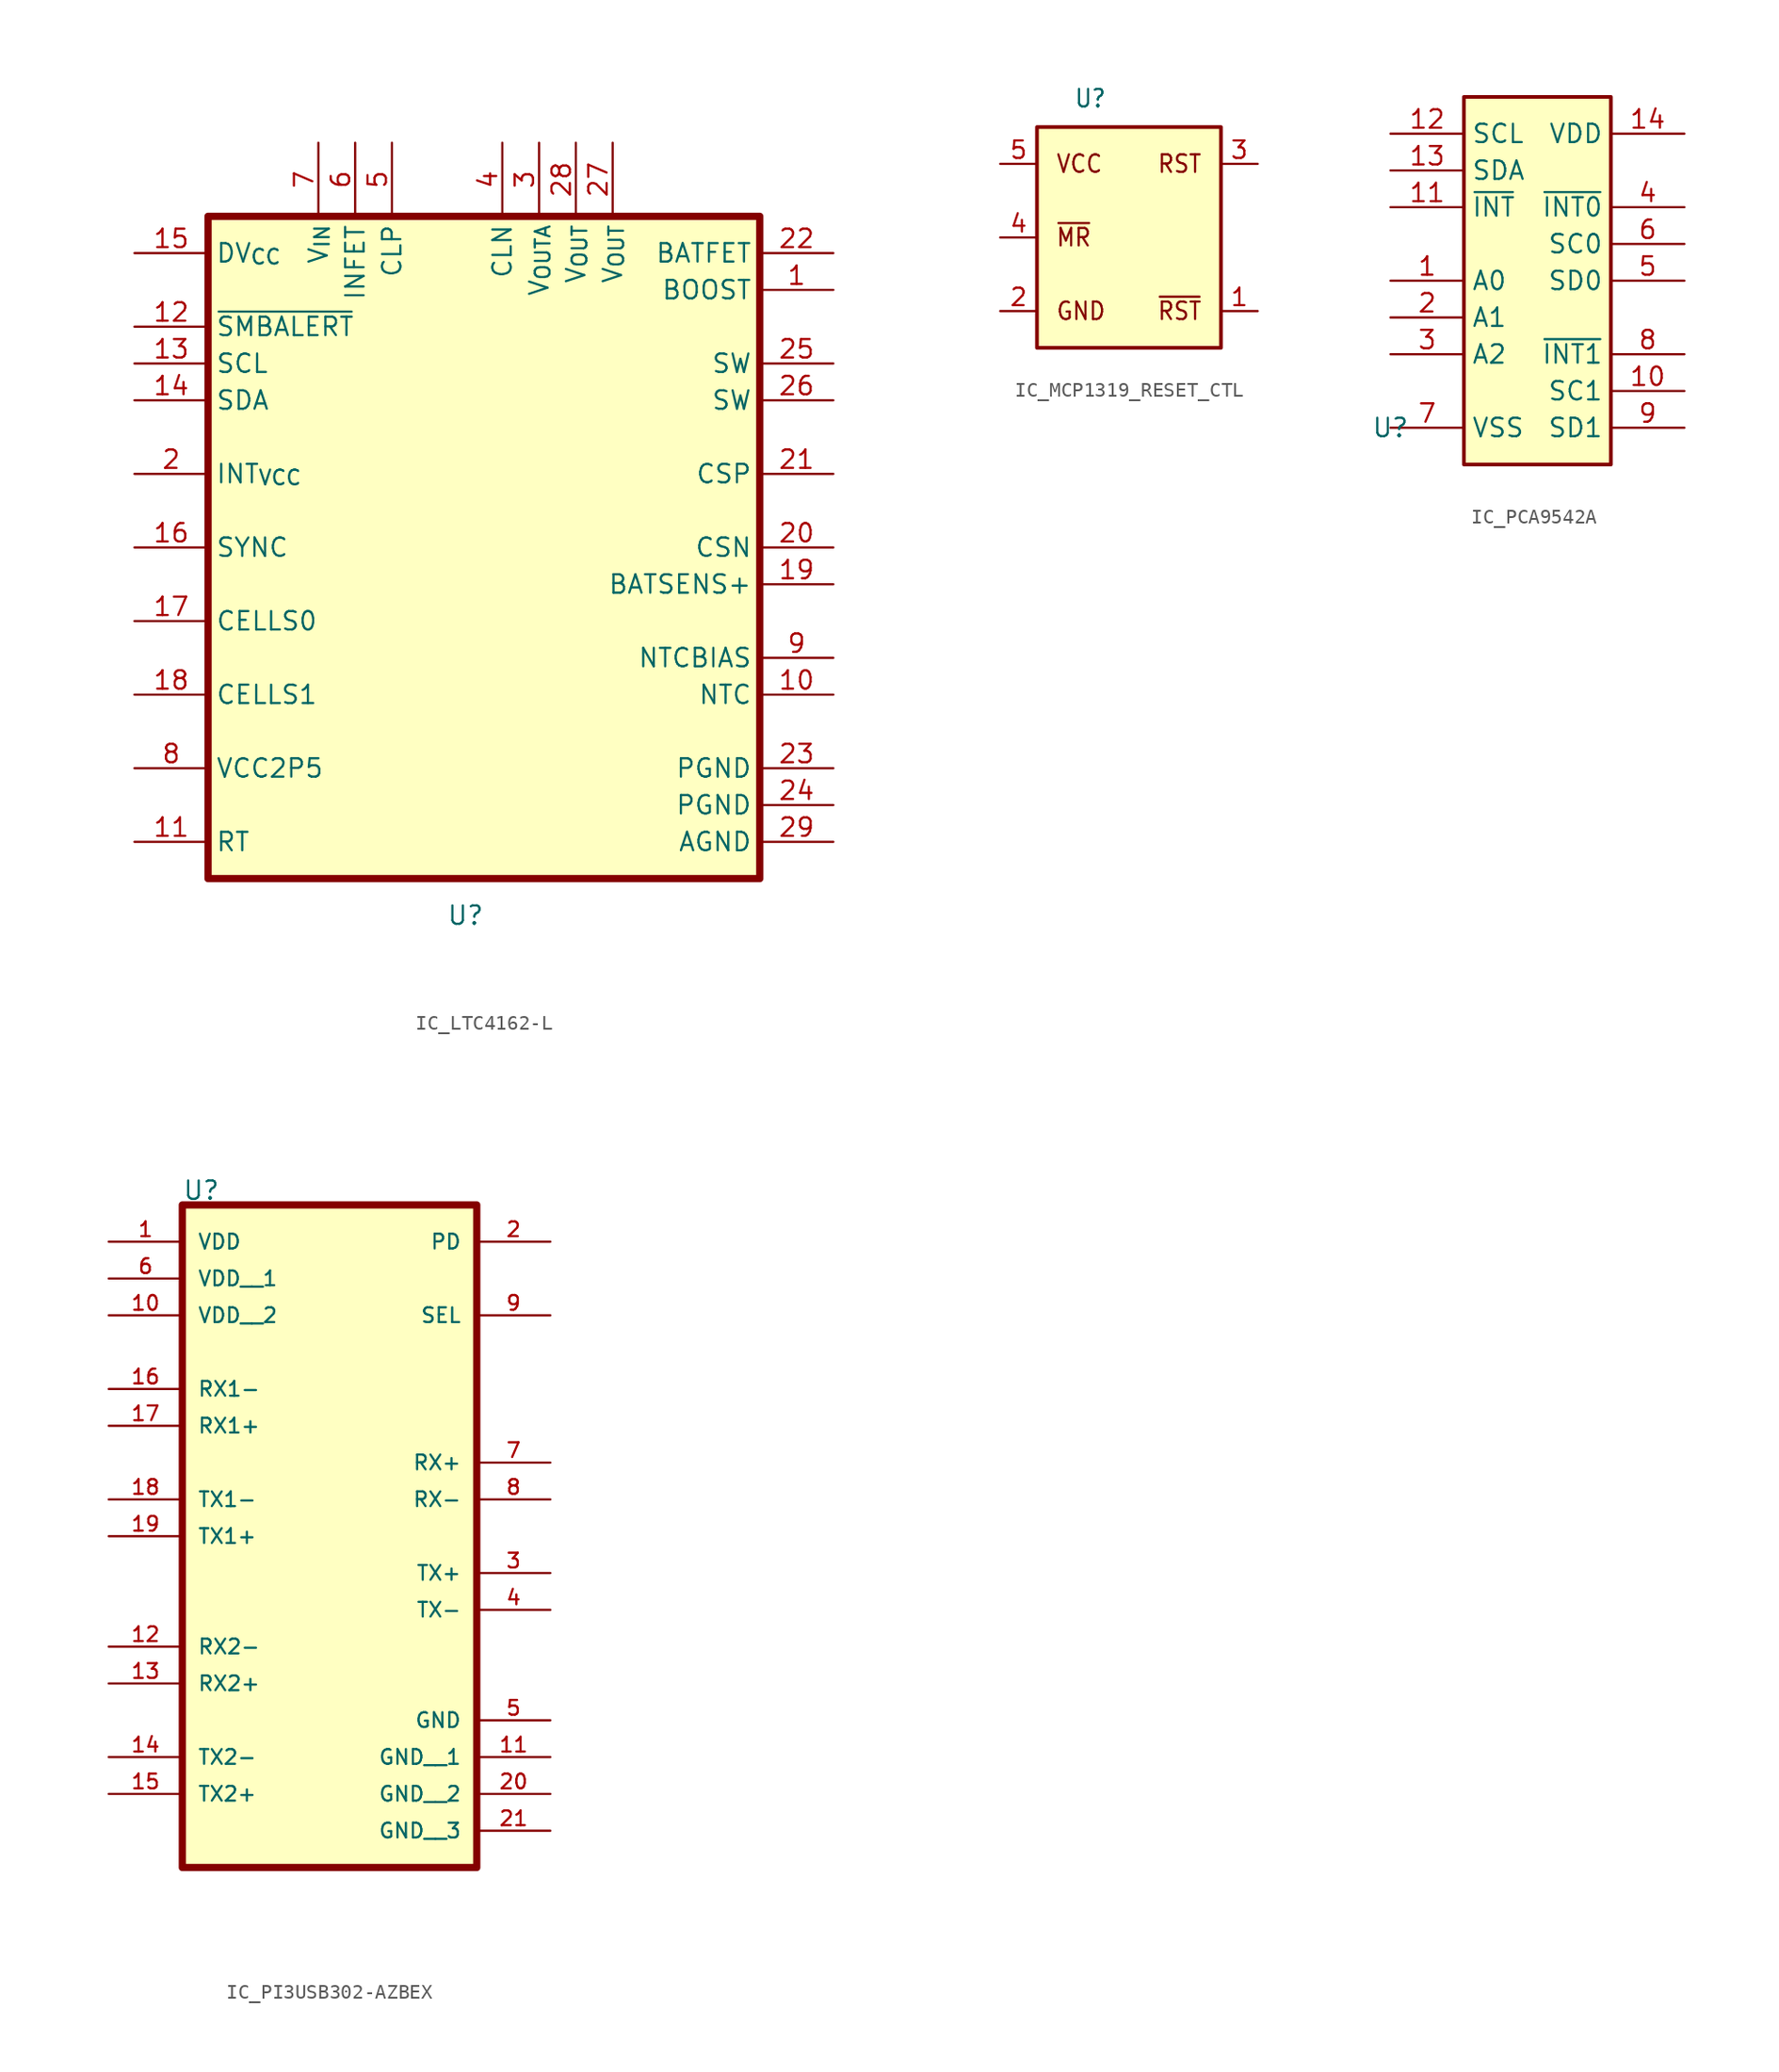
<source format=kicad_sym>
(kicad_symbol_lib
  (version 20241209)
  (generator "kicad_symbol_editor")
  (generator_version "9.0")
  (symbol "IC_LTC4162-L"
    (property "Reference" "U"
      (at 22.86 -5.08 0)
      (effects (font (size 1.27 1.27))))
    (property "Value" ""
      (at 22.86 -5.08 0)
      (effects (font (size 1.27 1.27))))
    (symbol "IC_LTC4162-L_1_1"
      (rectangle (start 5.08 43.18) (end 43.18 -2.54) (stroke (width 0.5) (type default)) (fill (type background)))
      (pin passive line (at 0 40.64 0) (length 5.08) (name "DV_{CC}" (effects (font (size 1.27 1.27)))) (number "15" (effects (font (size 1.27 1.27)))))
      (pin passive line (at 0 35.56 0) (length 5.08) (name "~{SMBALERT}" (effects (font (size 1.27 1.27)))) (number "12" (effects (font (size 1.27 1.27)))))
      (pin passive line (at 0 33.02 0) (length 5.08) (name "SCL" (effects (font (size 1.27 1.27)))) (number "13" (effects (font (size 1.27 1.27)))))
      (pin passive line (at 0 30.48 0) (length 5.08) (name "SDA" (effects (font (size 1.27 1.27)))) (number "14" (effects (font (size 1.27 1.27)))))
      (pin passive line (at 0 25.4 0) (length 5.08) (name "INT_{VCC}" (effects (font (size 1.27 1.27)))) (number "2" (effects (font (size 1.27 1.27)))))
      (pin passive line (at 0 20.32 0) (length 5.08) (name "SYNC" (effects (font (size 1.27 1.27)))) (number "16" (effects (font (size 1.27 1.27)))))
      (pin passive line (at 0 15.24 0) (length 5.08) (name "CELLS0" (effects (font (size 1.27 1.27)))) (number "17" (effects (font (size 1.27 1.27)))))
      (pin passive line (at 0 10.16 0) (length 5.08) (name "CELLS1" (effects (font (size 1.27 1.27)))) (number "18" (effects (font (size 1.27 1.27)))))
      (pin passive line (at 0 5.08 0) (length 5.08) (name "VCC2P5" (effects (font (size 1.27 1.27)))) (number "8" (effects (font (size 1.27 1.27)))))
      (pin passive line (at 0 0 0) (length 5.08) (name "RT" (effects (font (size 1.27 1.27)))) (number "11" (effects (font (size 1.27 1.27)))))
      (pin passive line (at 12.7 48.26 270) (length 5.08) (name "V_{IN}" (effects (font (size 1.27 1.27)))) (number "7" (effects (font (size 1.27 1.27)))))
      (pin passive line (at 15.24 48.26 270) (length 5.08) (name "INFET" (effects (font (size 1.27 1.27)))) (number "6" (effects (font (size 1.27 1.27)))))
      (pin passive line (at 17.78 48.26 270) (length 5.08) (name "CLP" (effects (font (size 1.27 1.27)))) (number "5" (effects (font (size 1.27 1.27)))))
      (pin passive line (at 25.4 48.26 270) (length 5.08) (name "CLN" (effects (font (size 1.27 1.27)))) (number "4" (effects (font (size 1.27 1.27)))))
      (pin passive line (at 27.94 48.26 270) (length 5.08) (name "V_{OUTA}" (effects (font (size 1.27 1.27)))) (number "3" (effects (font (size 1.27 1.27)))))
      (pin passive line (at 30.48 48.26 270) (length 5.08) (name "V_{OUT}" (effects (font (size 1.27 1.27)))) (number "28" (effects (font (size 1.27 1.27)))))
      (pin passive line (at 33.02 48.26 270) (length 5.08) (name "V_{OUT}" (effects (font (size 1.27 1.27)))) (number "27" (effects (font (size 1.27 1.27)))))
      (pin passive line (at 48.26 40.64 180) (length 5.08) (name "BATFET" (effects (font (size 1.27 1.27)))) (number "22" (effects (font (size 1.27 1.27)))))
      (pin passive line (at 48.26 38.1 180) (length 5.08) (name "BOOST" (effects (font (size 1.27 1.27)))) (number "1" (effects (font (size 1.27 1.27)))))
      (pin passive line (at 48.26 33.02 180) (length 5.08) (name "SW" (effects (font (size 1.27 1.27)))) (number "25" (effects (font (size 1.27 1.27)))))
      (pin passive line (at 48.26 30.48 180) (length 5.08) (name "SW" (effects (font (size 1.27 1.27)))) (number "26" (effects (font (size 1.27 1.27)))))
      (pin passive line (at 48.26 25.4 180) (length 5.08) (name "CSP" (effects (font (size 1.27 1.27)))) (number "21" (effects (font (size 1.27 1.27)))))
      (pin passive line (at 48.26 20.32 180) (length 5.08) (name "CSN" (effects (font (size 1.27 1.27)))) (number "20" (effects (font (size 1.27 1.27)))))
      (pin passive line (at 48.26 17.78 180) (length 5.08) (name "BATSENS+" (effects (font (size 1.27 1.27)))) (number "19" (effects (font (size 1.27 1.27)))))
      (pin passive line (at 48.26 12.7 180) (length 5.08) (name "NTCBIAS" (effects (font (size 1.27 1.27)))) (number "9" (effects (font (size 1.27 1.27)))))
      (pin passive line (at 48.26 10.16 180) (length 5.08) (name "NTC" (effects (font (size 1.27 1.27)))) (number "10" (effects (font (size 1.27 1.27)))))
      (pin passive line (at 48.26 5.08 180) (length 5.08) (name "PGND" (effects (font (size 1.27 1.27)))) (number "23" (effects (font (size 1.27 1.27)))))
      (pin passive line (at 48.26 2.54 180) (length 5.08) (name "PGND" (effects (font (size 1.27 1.27)))) (number "24" (effects (font (size 1.27 1.27)))))
      (pin passive line (at 48.26 0 180) (length 5.08) (name "AGND" (effects (font (size 1.27 1.27)))) (number "29" (effects (font (size 1.27 1.27)))))))
  (symbol "IC_MCP1319_RESET_CTL"
    (property "Reference" "U"
      (at 5.08 13.97 0)
      (effects (font (size 1.206 1.092) (thickness 0.152)) (justify left bottom)))
    (property "Value" ""
      (at 0 0 0)
      (effects (font (size 1.092 1.092) (thickness 0.152)) (justify left bottom)))
    (symbol "IC_MCP1319_RESET_CTL_1_0"
      (polyline (pts (xy 2.54 -2.54) (xy 15.24 -2.54) (xy 15.24 12.7) (xy 2.54 12.7) (xy 2.54 -2.54)) (stroke (width 0.254) (type solid)) (fill (type background)))
      (text "VCC" (at 3.81 10.16 0) (effects (font (size 1.206 1.092) (thickness 0.152)) (justify left)))
      (text "~{MR}" (at 3.81 5.08 0) (effects (font (size 1.206 1.092) (thickness 0.152)) (justify left)))
      (text "GND" (at 3.81 0 0) (effects (font (size 1.206 1.092) (thickness 0.152)) (justify left)))
      (text "RST" (at 13.97 10.16 0) (effects (font (size 1.206 1.092) (thickness 0.152)) (justify right)))
      (text "~{RST}" (at 13.97 0 0) (effects (font (size 1.206 1.092) (thickness 0.152)) (justify right)))
      (pin passive line (at 0 10.16 0) (length 2.54) (name "" (effects (font (size 1.206 1.206)))) (number "5" (effects (font (size 1.206 1.206)))))
      (pin passive line (at 0 5.08 0) (length 2.54) (name "" (effects (font (size 1.206 1.206)))) (number "4" (effects (font (size 1.206 1.206)))))
      (pin passive line (at 0 0 0) (length 2.54) (name "" (effects (font (size 1.206 1.206)))) (number "2" (effects (font (size 1.206 1.206)))))
      (pin passive line (at 17.78 10.16 180) (length 2.54) (name "" (effects (font (size 1.206 1.206)))) (number "3" (effects (font (size 1.206 1.206)))))
      (pin passive line (at 17.78 0 180) (length 2.54) (name "" (effects (font (size 1.206 1.206)))) (number "1" (effects (font (size 1.206 1.206)))))))
  (symbol "IC_PCA9542A"
    (property "Reference" "U"
      (at 0 0 0)
      (effects (font (size 1.27 1.27))))
    (property "Value" ""
      (at 0 0 0)
      (effects (font (size 1.27 1.27))))
    (symbol "IC_PCA9542A_0_1"
      (rectangle (start 5.08 22.86) (end 15.24 -2.54) (stroke (width 0.256) (type default)) (fill (type background))))
    (symbol "IC_PCA9542A_1_1"
      (pin passive line (at 0 20.32 0) (length 5.08) (name "SCL" (effects (font (size 1.27 1.27)))) (number "12" (effects (font (size 1.27 1.27)))))
      (pin passive line (at 0 17.78 0) (length 5.08) (name "SDA" (effects (font (size 1.27 1.27)))) (number "13" (effects (font (size 1.27 1.27)))))
      (pin passive line (at 0 15.24 0) (length 5.08) (name "~{INT}" (effects (font (size 1.27 1.27)))) (number "11" (effects (font (size 1.27 1.27)))))
      (pin passive line (at 0 10.16 0) (length 5.08) (name "A0" (effects (font (size 1.27 1.27)))) (number "1" (effects (font (size 1.27 1.27)))))
      (pin passive line (at 0 7.62 0) (length 5.08) (name "A1" (effects (font (size 1.27 1.27)))) (number "2" (effects (font (size 1.27 1.27)))))
      (pin passive line (at 0 5.08 0) (length 5.08) (name "A2" (effects (font (size 1.27 1.27)))) (number "3" (effects (font (size 1.27 1.27)))))
      (pin passive line (at 0 0 0) (length 5.08) (name "VSS" (effects (font (size 1.27 1.27)))) (number "7" (effects (font (size 1.27 1.27)))))
      (pin passive line (at 20.32 20.32 180) (length 5.08) (name "VDD" (effects (font (size 1.27 1.27)))) (number "14" (effects (font (size 1.27 1.27)))))
      (pin passive line (at 20.32 15.24 180) (length 5.08) (name "~{INT0}" (effects (font (size 1.27 1.27)))) (number "4" (effects (font (size 1.27 1.27)))))
      (pin passive line (at 20.32 12.7 180) (length 5.08) (name "SC0" (effects (font (size 1.27 1.27)))) (number "6" (effects (font (size 1.27 1.27)))))
      (pin passive line (at 20.32 10.16 180) (length 5.08) (name "SD0" (effects (font (size 1.27 1.27)))) (number "5" (effects (font (size 1.27 1.27)))))
      (pin passive line (at 20.32 5.08 180) (length 5.08) (name "~{INT1}" (effects (font (size 1.27 1.27)))) (number "8" (effects (font (size 1.27 1.27)))))
      (pin passive line (at 20.32 2.54 180) (length 5.08) (name "SC1" (effects (font (size 1.27 1.27)))) (number "10" (effects (font (size 1.27 1.27)))))
      (pin passive line (at 20.32 0 180) (length 5.08) (name "SD1" (effects (font (size 1.27 1.27)))) (number "9" (effects (font (size 1.27 1.27)))))))
  (symbol "IC_PI3USB302-AZBEX"
    (pin_names
      (offset 1.016))
    (property "Reference" "U"
      (at 5.08 40.894 0)
      (effects (font (size 1.27 1.27)) (justify left bottom)))
    (property "Value" ""
      (at 5.08 -7.62 0)
      (effects (font (size 1.27 1.27)) (justify left bottom)))
    (symbol "IC_PI3USB302-AZBEX_0_0"
      (pin power_in line (at 0 38.1 0) (length 5.08) (name "VDD" (effects (font (size 1.016 1.016)))) (number "1" (effects (font (size 1.016 1.016)))))
      (pin power_in line (at 0 35.56 0) (length 5.08) (name "VDD__1" (effects (font (size 1.016 1.016)))) (number "6" (effects (font (size 1.016 1.016)))))
      (pin power_in line (at 0 33.02 0) (length 5.08) (name "VDD__2" (effects (font (size 1.016 1.016)))) (number "10" (effects (font (size 1.016 1.016)))))
      (pin bidirectional line (at 0 27.94 0) (length 5.08) (name "RX1-" (effects (font (size 1.016 1.016)))) (number "16" (effects (font (size 1.016 1.016)))))
      (pin bidirectional line (at 0 25.4 0) (length 5.08) (name "RX1+" (effects (font (size 1.016 1.016)))) (number "17" (effects (font (size 1.016 1.016)))))
      (pin bidirectional line (at 0 20.32 0) (length 5.08) (name "TX1-" (effects (font (size 1.016 1.016)))) (number "18" (effects (font (size 1.016 1.016)))))
      (pin bidirectional line (at 0 17.78 0) (length 5.08) (name "TX1+" (effects (font (size 1.016 1.016)))) (number "19" (effects (font (size 1.016 1.016)))))
      (pin bidirectional line (at 0 10.16 0) (length 5.08) (name "RX2-" (effects (font (size 1.016 1.016)))) (number "12" (effects (font (size 1.016 1.016)))))
      (pin bidirectional line (at 0 7.62 0) (length 5.08) (name "RX2+" (effects (font (size 1.016 1.016)))) (number "13" (effects (font (size 1.016 1.016)))))
      (pin bidirectional line (at 0 0 0) (length 5.08) (name "TX2+" (effects (font (size 1.016 1.016)))) (number "15" (effects (font (size 1.016 1.016)))))
      (pin input line (at 30.48 38.1 180) (length 5.08) (name "PD" (effects (font (size 1.016 1.016)))) (number "2" (effects (font (size 1.016 1.016)))))
      (pin input line (at 30.48 33.02 180) (length 5.08) (name "SEL" (effects (font (size 1.016 1.016)))) (number "9" (effects (font (size 1.016 1.016)))))
      (pin bidirectional line (at 30.48 22.86 180) (length 5.08) (name "RX+" (effects (font (size 1.016 1.016)))) (number "7" (effects (font (size 1.016 1.016)))))
      (pin bidirectional line (at 30.48 20.32 180) (length 5.08) (name "RX-" (effects (font (size 1.016 1.016)))) (number "8" (effects (font (size 1.016 1.016)))))
      (pin bidirectional line (at 30.48 15.24 180) (length 5.08) (name "TX+" (effects (font (size 1.016 1.016)))) (number "3" (effects (font (size 1.016 1.016)))))
      (pin bidirectional line (at 30.48 12.7 180) (length 5.08) (name "TX-" (effects (font (size 1.016 1.016)))) (number "4" (effects (font (size 1.016 1.016)))))
      (pin power_in line (at 30.48 5.08 180) (length 5.08) (name "GND" (effects (font (size 1.016 1.016)))) (number "5" (effects (font (size 1.016 1.016)))))
      (pin power_in line (at 30.48 2.54 180) (length 5.08) (name "GND__1" (effects (font (size 1.016 1.016)))) (number "11" (effects (font (size 1.016 1.016)))))
      (pin power_in line (at 30.48 0 180) (length 5.08) (name "GND__2" (effects (font (size 1.016 1.016)))) (number "20" (effects (font (size 1.016 1.016)))))
      (pin power_in line (at 30.48 -2.54 180) (length 5.08) (name "GND__3" (effects (font (size 1.016 1.016)))) (number "21" (effects (font (size 1.016 1.016))))))
    (symbol "IC_PI3USB302-AZBEX_1_0"
      (rectangle (start 5.08 40.64) (end 25.4 -5.08) (stroke (width 0.5) (type default)) (fill (type background)))
      (pin bidirectional line (at 0 2.54 0) (length 5.08) (name "TX2-" (effects (font (size 1.016 1.016)))) (number "14" (effects (font (size 1.016 1.016))))))))
</source>
